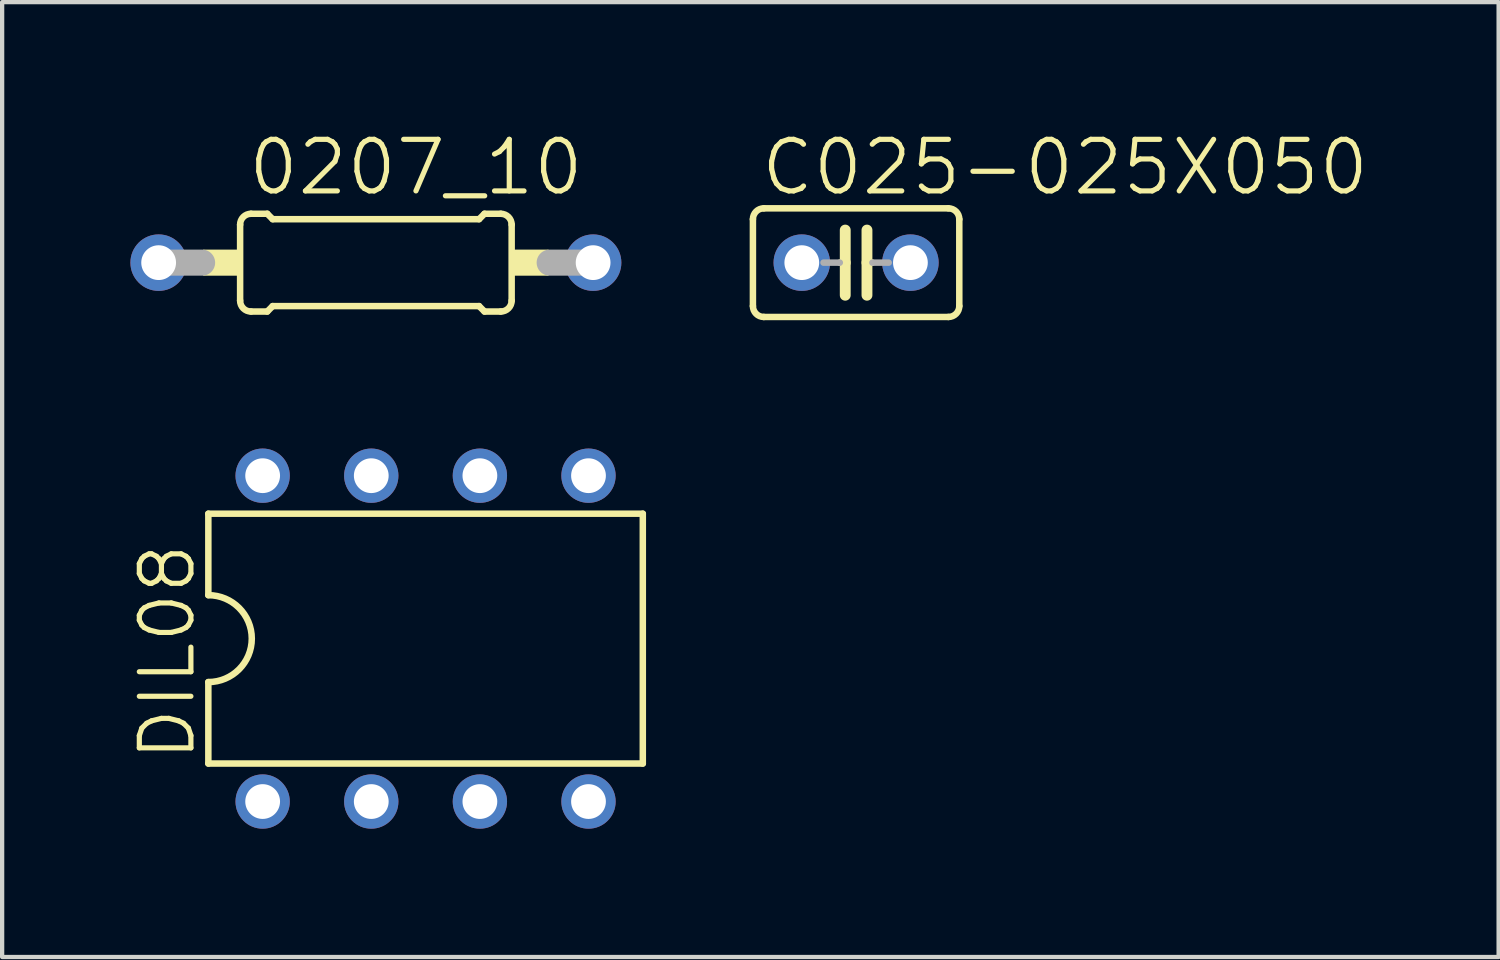
<source format=kicad_pcb>
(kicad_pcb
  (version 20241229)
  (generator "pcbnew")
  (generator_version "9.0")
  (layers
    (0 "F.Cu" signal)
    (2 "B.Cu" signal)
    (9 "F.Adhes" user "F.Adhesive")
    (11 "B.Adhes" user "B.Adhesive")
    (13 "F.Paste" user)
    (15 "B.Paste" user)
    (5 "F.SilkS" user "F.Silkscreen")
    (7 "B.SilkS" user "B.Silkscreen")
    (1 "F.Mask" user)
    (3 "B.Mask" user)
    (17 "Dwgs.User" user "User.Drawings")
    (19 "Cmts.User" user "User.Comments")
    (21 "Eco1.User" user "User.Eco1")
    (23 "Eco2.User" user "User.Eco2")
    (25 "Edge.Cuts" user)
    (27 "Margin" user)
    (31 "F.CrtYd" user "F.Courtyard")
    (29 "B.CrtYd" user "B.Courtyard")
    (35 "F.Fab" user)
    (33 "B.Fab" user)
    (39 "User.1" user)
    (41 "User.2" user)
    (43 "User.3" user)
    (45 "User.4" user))
  (footprint "0207_10"
    (layer "F.Cu")
    (at 5.74 3.092)
    (property "Reference" "0207_10" (at -3.048 -1.524 0) (layer "F.SilkS") (effects (font (size 1.206 1.206) (thickness 0.121)) (justify left bottom)))
    (attr through_hole)
    (fp_line (start -3.175 0.889) (end -3.175 -0.889) (stroke (width 0.152) (type solid)) (layer "F.SilkS"))
    (fp_line (start -2.921 -1.143) (end -2.54 -1.143) (stroke (width 0.152) (type solid)) (layer "F.SilkS"))
    (fp_line (start -2.921 1.143) (end -2.54 1.143) (stroke (width 0.152) (type solid)) (layer "F.SilkS"))
    (fp_line (start -2.413 -1.016) (end -2.54 -1.143) (stroke (width 0.152) (type solid)) (layer "F.SilkS"))
    (fp_line (start -2.413 1.016) (end -2.54 1.143) (stroke (width 0.152) (type solid)) (layer "F.SilkS"))
    (fp_line (start 2.413 -1.016) (end -2.413 -1.016) (stroke (width 0.152) (type solid)) (layer "F.SilkS"))
    (fp_line (start 2.413 -1.016) (end 2.54 -1.143) (stroke (width 0.152) (type solid)) (layer "F.SilkS"))
    (fp_line (start 2.413 1.016) (end -2.413 1.016) (stroke (width 0.152) (type solid)) (layer "F.SilkS"))
    (fp_line (start 2.413 1.016) (end 2.54 1.143) (stroke (width 0.152) (type solid)) (layer "F.SilkS"))
    (fp_line (start 2.921 -1.143) (end 2.54 -1.143) (stroke (width 0.152) (type solid)) (layer "F.SilkS"))
    (fp_line (start 2.921 1.143) (end 2.54 1.143) (stroke (width 0.152) (type solid)) (layer "F.SilkS"))
    (fp_line (start 3.175 0.889) (end 3.175 -0.889) (stroke (width 0.152) (type solid)) (layer "F.SilkS"))
    (fp_arc (start -3.175 -0.889) (mid -3.100605 -1.068605) (end -2.921 -1.143) (stroke (width 0.1524) (type solid)) (layer "F.SilkS"))
    (fp_arc (start -2.921 1.143) (mid -3.100605 1.068605) (end -3.175 0.889) (stroke (width 0.1524) (type solid)) (layer "F.SilkS"))
    (fp_arc (start 2.921 -1.143) (mid 3.100605 -1.068605) (end 3.175 -0.889) (stroke (width 0.1524) (type solid)) (layer "F.SilkS"))
    (fp_arc (start 3.175 0.889) (mid 3.100605 1.068605) (end 2.921 1.143) (stroke (width 0.1524) (type solid)) (layer "F.SilkS"))
    (fp_poly (pts (xy -4.039 0.305) (xy -3.175 0.305) (xy -3.175 -0.305) (xy -4.039 -0.305)) (stroke (width 0) (type solid)) (fill yes) (layer "F.SilkS"))
    (fp_poly (pts (xy 3.175 0.305) (xy 4.039 0.305) (xy 4.039 -0.305) (xy 3.175 -0.305)) (stroke (width 0) (type solid)) (fill yes) (layer "F.SilkS"))
    (fp_line (start -5.08 0) (end -4.064 0) (stroke (width 0.61) (type solid)) (layer "F.Fab"))
    (fp_line (start 5.08 0) (end 4.064 0) (stroke (width 0.61) (type solid)) (layer "F.Fab"))
    (pad "1" thru_hole circle (at -5.08 0) (size 1.321 1.321) (drill 0.813) (layers "*.Cu" "*.Mask"))
    (pad "2" thru_hole circle (at 5.08 0) (size 1.321 1.321) (drill 0.813) (layers "*.Cu" "*.Mask")))
  (footprint "DIL08"
    (layer "F.Cu")
    (at 6.902 11.884)
    (property "Reference" "DIL08" (at -5.334 2.921 90) (layer "F.SilkS") (effects (font (size 1.206 1.206) (thickness 0.121)) (justify left bottom)))
    (attr through_hole)
    (fp_line (start -5.08 -2.921) (end -5.08 -1.016) (stroke (width 0.152) (type solid)) (layer "F.SilkS"))
    (fp_line (start -5.08 2.921) (end -5.08 1.016) (stroke (width 0.152) (type solid)) (layer "F.SilkS"))
    (fp_line (start -5.08 2.921) (end 5.08 2.921) (stroke (width 0.152) (type solid)) (layer "F.SilkS"))
    (fp_line (start 5.08 -2.921) (end -5.08 -2.921) (stroke (width 0.152) (type solid)) (layer "F.SilkS"))
    (fp_line (start 5.08 -2.921) (end 5.08 2.921) (stroke (width 0.152) (type solid)) (layer "F.SilkS"))
    (fp_arc (start -5.08 -1.016) (mid -4.064 0) (end -5.08 1.016) (stroke (width 0.1524) (type solid)) (layer "F.SilkS"))
    (pad "1" thru_hole circle (at -3.81 3.81 90) (size 1.27 1.27) (drill 0.813) (layers "*.Cu" "*.Mask"))
    (pad "2" thru_hole circle (at -1.27 3.81 90) (size 1.27 1.27) (drill 0.813) (layers "*.Cu" "*.Mask"))
    (pad "3" thru_hole circle (at 1.27 3.81 90) (size 1.27 1.27) (drill 0.813) (layers "*.Cu" "*.Mask"))
    (pad "4" thru_hole circle (at 3.81 3.81 90) (size 1.27 1.27) (drill 0.813) (layers "*.Cu" "*.Mask"))
    (pad "5" thru_hole circle (at 3.81 -3.81 90) (size 1.27 1.27) (drill 0.813) (layers "*.Cu" "*.Mask"))
    (pad "6" thru_hole circle (at 1.27 -3.81 90) (size 1.27 1.27) (drill 0.813) (layers "*.Cu" "*.Mask"))
    (pad "7" thru_hole circle (at -1.27 -3.81 90) (size 1.27 1.27) (drill 0.813) (layers "*.Cu" "*.Mask"))
    (pad "8" thru_hole circle (at -3.81 -3.81 90) (size 1.27 1.27) (drill 0.813) (layers "*.Cu" "*.Mask")))
  (footprint "C025-025X050"
    (layer "F.Cu")
    (at 16.97 3.092)
    (property "Reference" "C025-025X050" (at -2.286 -1.524 180) (layer "F.SilkS") (effects (font (size 1.206 1.206) (thickness 0.121)) (justify left bottom)))
    (attr through_hole)
    (fp_line (start -2.413 -1.016) (end -2.413 1.016) (stroke (width 0.152) (type solid)) (layer "F.SilkS"))
    (fp_line (start -2.159 -1.27) (end 2.159 -1.27) (stroke (width 0.152) (type solid)) (layer "F.SilkS"))
    (fp_line (start -0.254 -0.762) (end -0.254 0) (stroke (width 0.254) (type solid)) (layer "F.SilkS"))
    (fp_line (start -0.254 0) (end -0.381 0) (stroke (width 0.152) (type solid)) (layer "F.SilkS"))
    (fp_line (start -0.254 0) (end -0.254 0.762) (stroke (width 0.254) (type solid)) (layer "F.SilkS"))
    (fp_line (start 0.254 0) (end 0.254 -0.762) (stroke (width 0.254) (type solid)) (layer "F.SilkS"))
    (fp_line (start 0.254 0) (end 0.254 0.762) (stroke (width 0.254) (type solid)) (layer "F.SilkS"))
    (fp_line (start 0.381 0) (end 0.254 0) (stroke (width 0.152) (type solid)) (layer "F.SilkS"))
    (fp_line (start 2.159 1.27) (end -2.159 1.27) (stroke (width 0.152) (type solid)) (layer "F.SilkS"))
    (fp_line (start 2.413 -1.016) (end 2.413 1.016) (stroke (width 0.152) (type solid)) (layer "F.SilkS"))
    (fp_arc (start -2.413 -1.016) (mid -2.338605 -1.195605) (end -2.159 -1.27) (stroke (width 0.1524) (type solid)) (layer "F.SilkS"))
    (fp_arc (start -2.159 1.27) (mid -2.338605 1.195605) (end -2.413 1.016) (stroke (width 0.1524) (type solid)) (layer "F.SilkS"))
    (fp_arc (start 2.159 -1.27) (mid 2.338605 -1.195605) (end 2.413 -1.016) (stroke (width 0.1524) (type solid)) (layer "F.SilkS"))
    (fp_arc (start 2.413 1.016) (mid 2.338605 1.195605) (end 2.159 1.27) (stroke (width 0.1524) (type solid)) (layer "F.SilkS"))
    (fp_line (start -0.381 0) (end -0.762 0) (stroke (width 0.152) (type solid)) (layer "F.Fab"))
    (fp_line (start 0.762 0) (end 0.381 0) (stroke (width 0.152) (type solid)) (layer "F.Fab"))
    (pad "1" thru_hole circle (at -1.27 0) (size 1.321 1.321) (drill 0.813) (layers "*.Cu" "*.Mask"))
    (pad "2" thru_hole circle (at 1.27 0) (size 1.321 1.321) (drill 0.813) (layers "*.Cu" "*.Mask")))
  (gr_rect
    (start -3 -3)
    (end 31.995 19.329)
    (stroke (width 0.1) (type default))
    (fill no)
    (layer "Edge.Cuts")))
</source>
